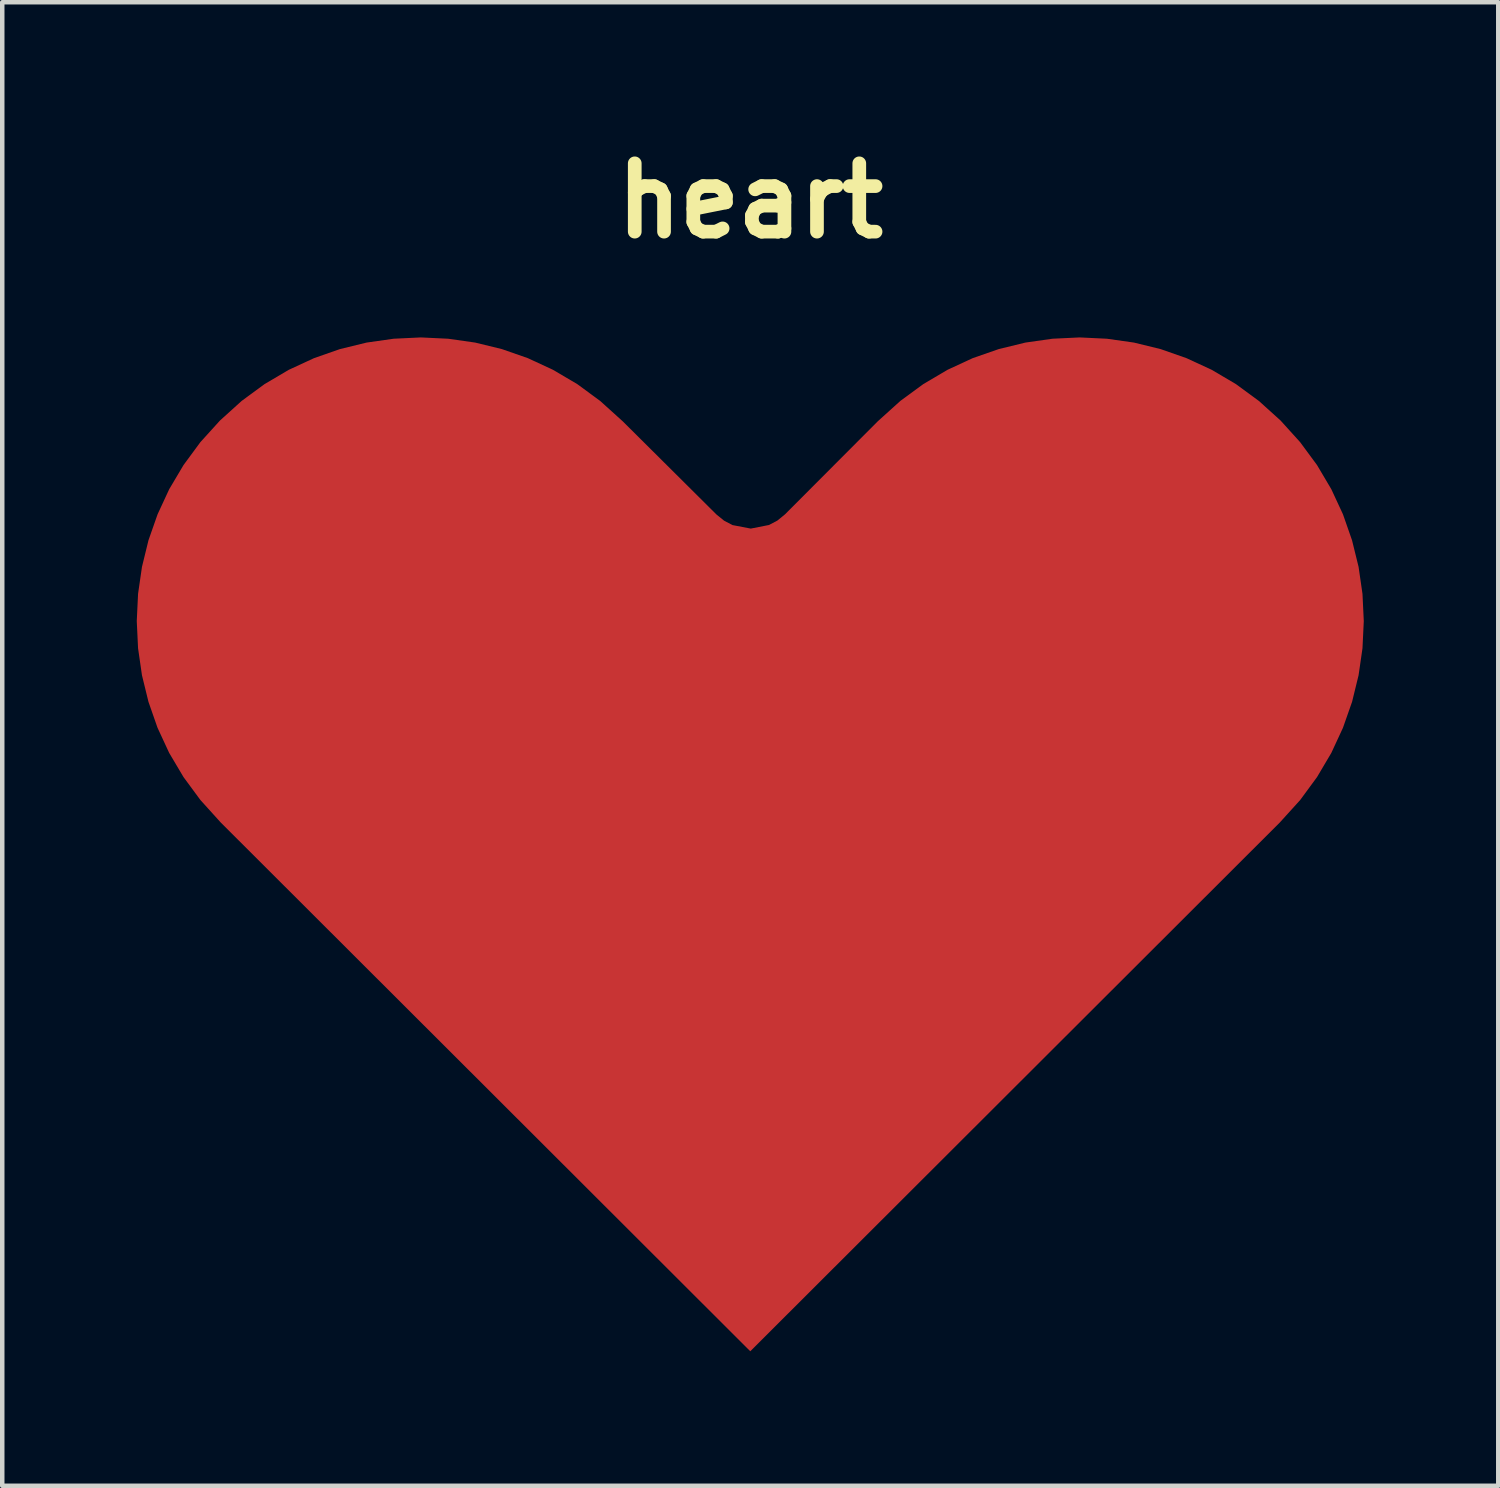
<source format=kicad_pcb>
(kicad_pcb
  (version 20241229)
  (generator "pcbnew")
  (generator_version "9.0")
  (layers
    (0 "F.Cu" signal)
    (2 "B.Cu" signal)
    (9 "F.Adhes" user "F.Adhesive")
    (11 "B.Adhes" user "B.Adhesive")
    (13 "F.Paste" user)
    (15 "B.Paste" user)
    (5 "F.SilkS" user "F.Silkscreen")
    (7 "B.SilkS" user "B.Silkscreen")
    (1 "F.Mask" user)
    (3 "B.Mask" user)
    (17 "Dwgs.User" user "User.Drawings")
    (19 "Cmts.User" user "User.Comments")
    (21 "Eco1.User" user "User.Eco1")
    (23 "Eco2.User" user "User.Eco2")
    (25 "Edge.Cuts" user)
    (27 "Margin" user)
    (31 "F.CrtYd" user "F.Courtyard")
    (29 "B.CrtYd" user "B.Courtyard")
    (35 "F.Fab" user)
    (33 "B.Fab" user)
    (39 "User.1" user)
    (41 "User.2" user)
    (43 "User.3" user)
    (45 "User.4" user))
  (footprint "heart"
    (layer "F.Cu")
    (at 13.682 15.78)
    (property "Reference" "heart" (at 0 -14.353 0) (layer "F.SilkS") (effects (font (size 1.524 1.524) (thickness 0.305))))
    (attr smd)
    (fp_poly (pts (xy -7.346 -11.305) (xy -7.953 -11.276) (xy -8.557 -11.19) (xy -9.151 -11.045) (xy -9.731 -10.842) (xy -10.293 -10.582) (xy -10.832 -10.264) (xy -11.344 -9.888) (xy -11.826 -9.452) (xy -12.263 -8.97) (xy -12.639 -8.459) (xy -12.958 -7.921) (xy -13.218 -7.36) (xy -13.421 -6.781) (xy -13.566 -6.188) (xy -13.653 -5.587) (xy -13.682 -4.98) (xy -13.653 -4.373) (xy -13.566 -3.771) (xy -13.421 -3.178) (xy -13.219 -2.6) (xy -12.959 -2.039) (xy -12.64 -1.501) (xy -12.263 -0.989) (xy -11.809 -0.487) (xy 0 11.305) (xy 11.809 -0.487) (xy 12.264 -0.989) (xy 12.64 -1.501) (xy 12.958 -2.039) (xy 13.218 -2.6) (xy 13.421 -3.179) (xy 13.566 -3.772) (xy 13.653 -4.373) (xy 13.682 -4.979) (xy 13.653 -5.586) (xy 13.566 -6.188) (xy 13.42 -6.781) (xy 13.218 -7.36) (xy 12.958 -7.92) (xy 12.639 -8.459) (xy 12.262 -8.97) (xy 11.826 -9.452) (xy 11.343 -9.888) (xy 10.831 -10.264) (xy 10.292 -10.582) (xy 9.73 -10.842) (xy 9.151 -11.045) (xy 8.557 -11.19) (xy 7.953 -11.276) (xy 7.346 -11.305) (xy 6.738 -11.276) (xy 6.135 -11.19) (xy 5.541 -11.045) (xy 4.961 -10.843) (xy 4.399 -10.583) (xy 3.86 -10.265) (xy 3.347 -9.889) (xy 2.845 -9.436) (xy 0.775 -7.36) (xy 0.605 -7.221) (xy 0.417 -7.122) (xy 0.011 -7.042) (xy -0.397 -7.12) (xy -0.585 -7.219) (xy -0.755 -7.357) (xy -2.844 -9.434) (xy -3.348 -9.889) (xy -3.86 -10.265) (xy -4.4 -10.583) (xy -4.961 -10.843) (xy -5.54 -11.045) (xy -6.135 -11.19) (xy -6.738 -11.276) (xy -7.346 -11.305)) (stroke (width 0) (type solid)) (fill yes) (layer "F.Cu"))
    (fp_poly (pts (xy 4.748 -1.403) (xy 4.709 -1.712) (xy 4.681 -1.754) (xy 4.645 -1.736) (xy 4.455 -1.53) (xy 4.209 -1.363) (xy 3.993 -1.256) (xy 3.82 -1.22) (xy 3.471 -1.248) (xy 3.281 -1.331) (xy 3.225 -1.49) (xy 3.281 -1.799) (xy 3.523 -2.722) (xy 3.899 -3.918) (xy 4.066 -4.251) (xy 4.393 -4.755) (xy 4.613 -5.25) (xy 4.661 -5.536) (xy 4.633 -5.73) (xy 4.55 -5.885) (xy 4.431 -5.996) (xy 4.28 -6.044) (xy 4.048 -6.017) (xy 3.844 -5.895) (xy 3.667 -5.679) (xy 3.519 -5.369) (xy 2.971 -3.696) (xy 2.682 -2.573) (xy 2.543 -1.776) (xy 2.535 -1.609) (xy 2.527 -1.482) (xy 2.606 -1.123) (xy 2.705 -0.99) (xy 2.844 -0.887) (xy 3.112 -0.804) (xy 3.439 -0.776) (xy 3.915 -0.824) (xy 4.332 -0.96) (xy 4.693 -1.228) (xy 4.748 -1.403) (xy 4.748 -1.403) (xy 4.748 -1.403)) (stroke (width 0) (type solid)) (fill yes) (layer "F.Mask"))
    (fp_poly (pts (xy 6.825 -1.403) (xy 6.785 -1.712) (xy 6.757 -1.754) (xy 6.722 -1.736) (xy 6.531 -1.53) (xy 6.285 -1.363) (xy 6.069 -1.256) (xy 5.896 -1.22) (xy 5.547 -1.248) (xy 5.357 -1.331) (xy 5.301 -1.49) (xy 5.357 -1.799) (xy 5.599 -2.722) (xy 5.976 -3.918) (xy 6.142 -4.251) (xy 6.47 -4.755) (xy 6.69 -5.25) (xy 6.737 -5.536) (xy 6.71 -5.73) (xy 6.626 -5.885) (xy 6.507 -5.996) (xy 6.357 -6.044) (xy 6.125 -6.017) (xy 5.92 -5.895) (xy 5.744 -5.679) (xy 5.595 -5.369) (xy 5.048 -3.696) (xy 4.758 -2.573) (xy 4.619 -1.776) (xy 4.611 -1.609) (xy 4.603 -1.482) (xy 4.683 -1.123) (xy 4.782 -0.99) (xy 4.921 -0.887) (xy 5.188 -0.804) (xy 5.516 -0.776) (xy 5.992 -0.824) (xy 6.408 -0.96) (xy 6.769 -1.228) (xy 6.825 -1.403) (xy 6.825 -1.403) (xy 6.825 -1.403)) (stroke (width 0) (type solid)) (fill yes) (layer "F.Mask"))
    (fp_poly (pts (xy -0.679 -5.417) (xy -0.616 -5.679) (xy -0.394 -1.403) (xy -0.433 -1.712) (xy -0.461 -1.754) (xy -0.497 -1.736) (xy -0.687 -1.53) (xy -0.933 -1.363) (xy -1.149 -1.256) (xy -1.322 -1.22) (xy -1.671 -1.254) (xy -1.893 -1.355) (xy -1.949 -1.506) (xy -1.885 -1.807) (xy -1.544 -2.823) (xy -1.235 -3.751) (xy -1.266 -3.934) (xy -1.377 -4.037) (xy -1.649 -4.068) (xy -1.941 -4.021) (xy -2.054 -3.941) (xy -2.123 -3.783) (xy -2.282 -3.275) (xy -2.433 -2.767) (xy -2.639 -2.037) (xy -2.71 -1.68) (xy -2.694 -1.434) (xy -2.639 -1.244) (xy -2.528 -1.085) (xy -2.337 -0.927) (xy -2.062 -0.826) (xy -1.631 -0.792) (xy -1.425 -0.8) (xy -1.227 -0.824) (xy -0.81 -0.96) (xy -0.449 -1.228) (xy -0.394 -1.403) (xy -0.394 -1.403) (xy -0.394 -1.403) (xy -0.616 -5.679) (xy -0.679 -5.909) (xy -0.87 -6.06) (xy -1.02 -6.083) (xy -1.284 -6.03) (xy -1.441 -5.869) (xy -1.524 -5.673) (xy -1.552 -5.496) (xy -1.489 -5.284) (xy -1.298 -5.139) (xy -1.132 -5.108) (xy -0.888 -5.185) (xy -0.679 -5.417)) (stroke (width 0) (type solid)) (fill yes) (layer "F.Mask"))
    (fp_poly (pts (xy 2.672 -1.403) (xy 2.632 -1.712) (xy 2.605 -1.754) (xy 2.569 -1.736) (xy 2.389 -1.532) (xy 2.19 -1.379) (xy 1.972 -1.278) (xy 1.736 -1.228) (xy 1.083 -1.224) (xy 0.633 -1.355) (xy 0.538 -1.434) (xy 1.248 -2.964) (xy 1.117 -2.696) (xy 0.776 -2.256) (xy 0.308 -1.887) (xy 0.189 -1.867) (xy 0.149 -2.029) (xy 0.213 -2.43) (xy 0.403 -2.918) (xy 0.534 -3.132) (xy 0.705 -3.299) (xy 0.893 -3.412) (xy 1.062 -3.45) (xy 1.062 -3.45) (xy 1.234 -3.382) (xy 1.292 -3.18) (xy 1.248 -2.964) (xy 0.538 -1.434) (xy 0.578 -1.482) (xy 0.879 -1.728) (xy 1.196 -2.045) (xy 1.593 -2.551) (xy 1.768 -2.974) (xy 1.791 -3.243) (xy 1.763 -3.506) (xy 1.676 -3.721) (xy 1.533 -3.89) (xy 1.331 -4.013) (xy 1.006 -4.068) (xy 0.647 -4.021) (xy 0.3 -3.878) (xy -0.067 -3.598) (xy -0.343 -3.204) (xy -0.581 -2.597) (xy -0.66 -2.029) (xy -0.633 -1.733) (xy -0.553 -1.47) (xy -0.419 -1.241) (xy -0.232 -1.046) (xy -0.011 -0.914) (xy 0.276 -0.82) (xy 1.054 -0.744) (xy 1.839 -0.816) (xy 2.256 -0.958) (xy 2.616 -1.228) (xy 2.672 -1.403) (xy 2.672 -1.403)) (stroke (width 0) (type solid)) (fill yes) (layer "F.Mask"))
    (fp_poly (pts (xy -2.56 -1.403) (xy -2.6 -1.712) (xy -2.627 -1.754) (xy -2.663 -1.736) (xy -2.848 -1.536) (xy -3.1 -1.363) (xy -3.488 -1.22) (xy -3.869 -1.228) (xy -4.03 -1.321) (xy -4.052 -1.506) (xy -3.972 -1.76) (xy -3.774 -2.252) (xy -3.496 -2.997) (xy -3.512 -3.186) (xy -3.623 -3.339) (xy -4.004 -3.577) (xy -4.242 -3.696) (xy -4.393 -3.767) (xy -4.464 -3.822) (xy -4.464 -3.894) (xy -4.424 -4.1) (xy -4.458 -4.267) (xy -4.526 -4.388) (xy -4.628 -4.462) (xy -4.766 -4.489) (xy -4.931 -4.464) (xy -5.061 -4.382) (xy -5.157 -4.242) (xy -5.218 -4.045) (xy -5.234 -3.965) (xy -5.234 -3.894) (xy -5.186 -3.696) (xy -5.13 -3.553) (xy -5.138 -3.529) (xy -5.146 -3.489) (xy -5.319 -2.97) (xy -5.551 -2.442) (xy -5.948 -1.76) (xy -6.305 -1.403) (xy -6.507 -1.292) (xy -6.765 -1.212) (xy -6.796 -1.133) (xy -6.741 -0.871) (xy -6.67 -0.824) (xy -6.33 -0.925) (xy -6.011 -1.117) (xy -5.553 -1.591) (xy -5.178 -2.188) (xy -5.067 -2.45) (xy -4.766 -3.196) (xy -4.72 -3.269) (xy -4.662 -3.267) (xy -4.452 -3.132) (xy -4.345 -3.013) (xy -4.317 -2.9) (xy -4.345 -2.799) (xy -4.535 -2.339) (xy -4.686 -1.91) (xy -4.781 -1.53) (xy -4.805 -1.339) (xy -4.72 -1.062) (xy -4.464 -0.863) (xy -4.022 -0.774) (xy -3.393 -0.824) (xy -2.984 -0.953) (xy -2.616 -1.228) (xy -2.56 -1.403) (xy -2.56 -1.403) (xy -2.56 -1.403)) (stroke (width 0) (type solid)) (fill yes) (layer "F.Mask"))
    (fp_poly (pts (xy 10.853 -1.403) (xy 10.813 -1.712) (xy 10.785 -1.754) (xy 10.749 -1.736) (xy 10.559 -1.53) (xy 10.313 -1.363) (xy 10.097 -1.256) (xy 9.924 -1.22) (xy 9.589 -1.252) (xy 9.393 -1.347) (xy 8.705 -2.444) (xy 8.338 -1.91) (xy 8.116 -1.649) (xy 7.997 -1.514) (xy 7.804 -1.359) (xy 7.64 -1.308) (xy 7.515 -1.331) (xy 7.425 -1.401) (xy 7.354 -1.68) (xy 7.443 -2.113) (xy 7.711 -2.632) (xy 7.941 -2.912) (xy 8.235 -3.148) (xy 8.55 -3.305) (xy 8.814 -3.346) (xy 9.016 -3.307) (xy 9.083 -3.204) (xy 9.075 -3.156) (xy 9.075 -3.156) (xy 9.075 -3.156) (xy 8.705 -2.444) (xy 9.393 -1.347) (xy 9.337 -1.506) (xy 9.393 -1.784) (xy 9.528 -2.172) (xy 9.742 -2.696) (xy 10.186 -3.68) (xy 10.208 -3.815) (xy 10.162 -3.918) (xy 9.885 -4.005) (xy 9.583 -4.029) (xy 9.456 -3.941) (xy 9.361 -3.815) (xy 9.294 -3.767) (xy 9.187 -3.799) (xy 8.903 -3.904) (xy 8.592 -3.934) (xy 8.157 -3.868) (xy 7.727 -3.688) (xy 7.457 -3.511) (xy 7.219 -3.297) (xy 6.838 -2.759) (xy 6.6 -2.178) (xy 6.521 -1.641) (xy 6.576 -1.282) (xy 6.743 -0.998) (xy 7.001 -0.802) (xy 7.346 -0.736) (xy 7.761 -0.836) (xy 8.195 -1.133) (xy 8.457 -1.401) (xy 8.623 -1.649) (xy 8.663 -1.704) (xy 8.711 -1.72) (xy 8.711 -1.672) (xy 8.647 -1.323) (xy 8.697 -1.107) (xy 8.845 -0.935) (xy 9.139 -0.828) (xy 9.607 -0.792) (xy 9.821 -0.8) (xy 10.02 -0.824) (xy 10.436 -0.96) (xy 10.797 -1.228) (xy 10.853 -1.403) (xy 10.853 -1.403) (xy 10.853 -1.403)) (stroke (width 0) (type solid)) (fill yes) (layer "F.Mask"))
    (fp_poly (pts (xy -5.84 -1.403) (xy -5.88 -1.712) (xy -5.908 -1.754) (xy -5.943 -1.736) (xy -6.14 -1.524) (xy -6.38 -1.363) (xy -6.616 -1.26) (xy -6.816 -1.236) (xy -7.086 -1.292) (xy -7.163 -1.373) (xy -7.189 -1.506) (xy -7.11 -1.934) (xy -6.88 -2.609) (xy -6.483 -3.624) (xy -6.173 -4.378) (xy -5.967 -4.838) (xy -5.92 -5.005) (xy -5.981 -5.149) (xy -6.166 -5.219) (xy -6.469 -5.199) (xy -6.575 -5.132) (xy -6.649 -5.028) (xy -7.276 -3.83) (xy -7.736 -3.037) (xy -8.239 -2.326) (xy -8.69 -1.817) (xy -9.091 -1.512) (xy -9.442 -1.411) (xy -9.617 -1.442) (xy -9.752 -1.51) (xy -9.849 -1.611) (xy -9.926 -1.91) (xy -9.837 -2.367) (xy -9.569 -2.958) (xy -9.283 -3.434) (xy -8.982 -3.822) (xy -8.278 -4.538) (xy -7.601 -5.068) (xy -6.953 -5.411) (xy -6.332 -5.568) (xy -6.094 -5.617) (xy -6.015 -5.703) (xy -6.126 -5.901) (xy -6.277 -6.038) (xy -6.459 -6.083) (xy -6.794 -6.053) (xy -7.163 -5.962) (xy -8.006 -5.6) (xy -8.499 -5.308) (xy -8.948 -4.981) (xy -9.352 -4.618) (xy -9.712 -4.219) (xy -10.187 -3.565) (xy -10.527 -2.944) (xy -10.731 -2.355) (xy -10.799 -1.799) (xy -10.776 -1.524) (xy -10.707 -1.292) (xy -10.593 -1.103) (xy -10.434 -0.958) (xy -10.136 -0.816) (xy -9.815 -0.768) (xy -9.507 -0.808) (xy -9.186 -0.929) (xy -8.852 -1.13) (xy -8.506 -1.411) (xy -8.056 -1.877) (xy -7.705 -2.371) (xy -7.649 -2.418) (xy -7.617 -2.396) (xy -7.633 -2.331) (xy -7.853 -1.728) (xy -7.927 -1.252) (xy -7.871 -1.03) (xy -7.74 -0.929) (xy -7.554 -0.857) (xy -7.014 -0.8) (xy -6.673 -0.824) (xy -6.249 -0.968) (xy -5.896 -1.228) (xy -5.84 -1.403) (xy -5.84 -1.403) (xy -5.84 -1.403)) (stroke (width 0) (type solid)) (fill yes) (layer "F.Mask")))
  (gr_rect
    (start -3 -3)
    (end 30.363 30.085)
    (stroke (width 0.1) (type default))
    (fill no)
    (layer "Edge.Cuts")))
</source>
